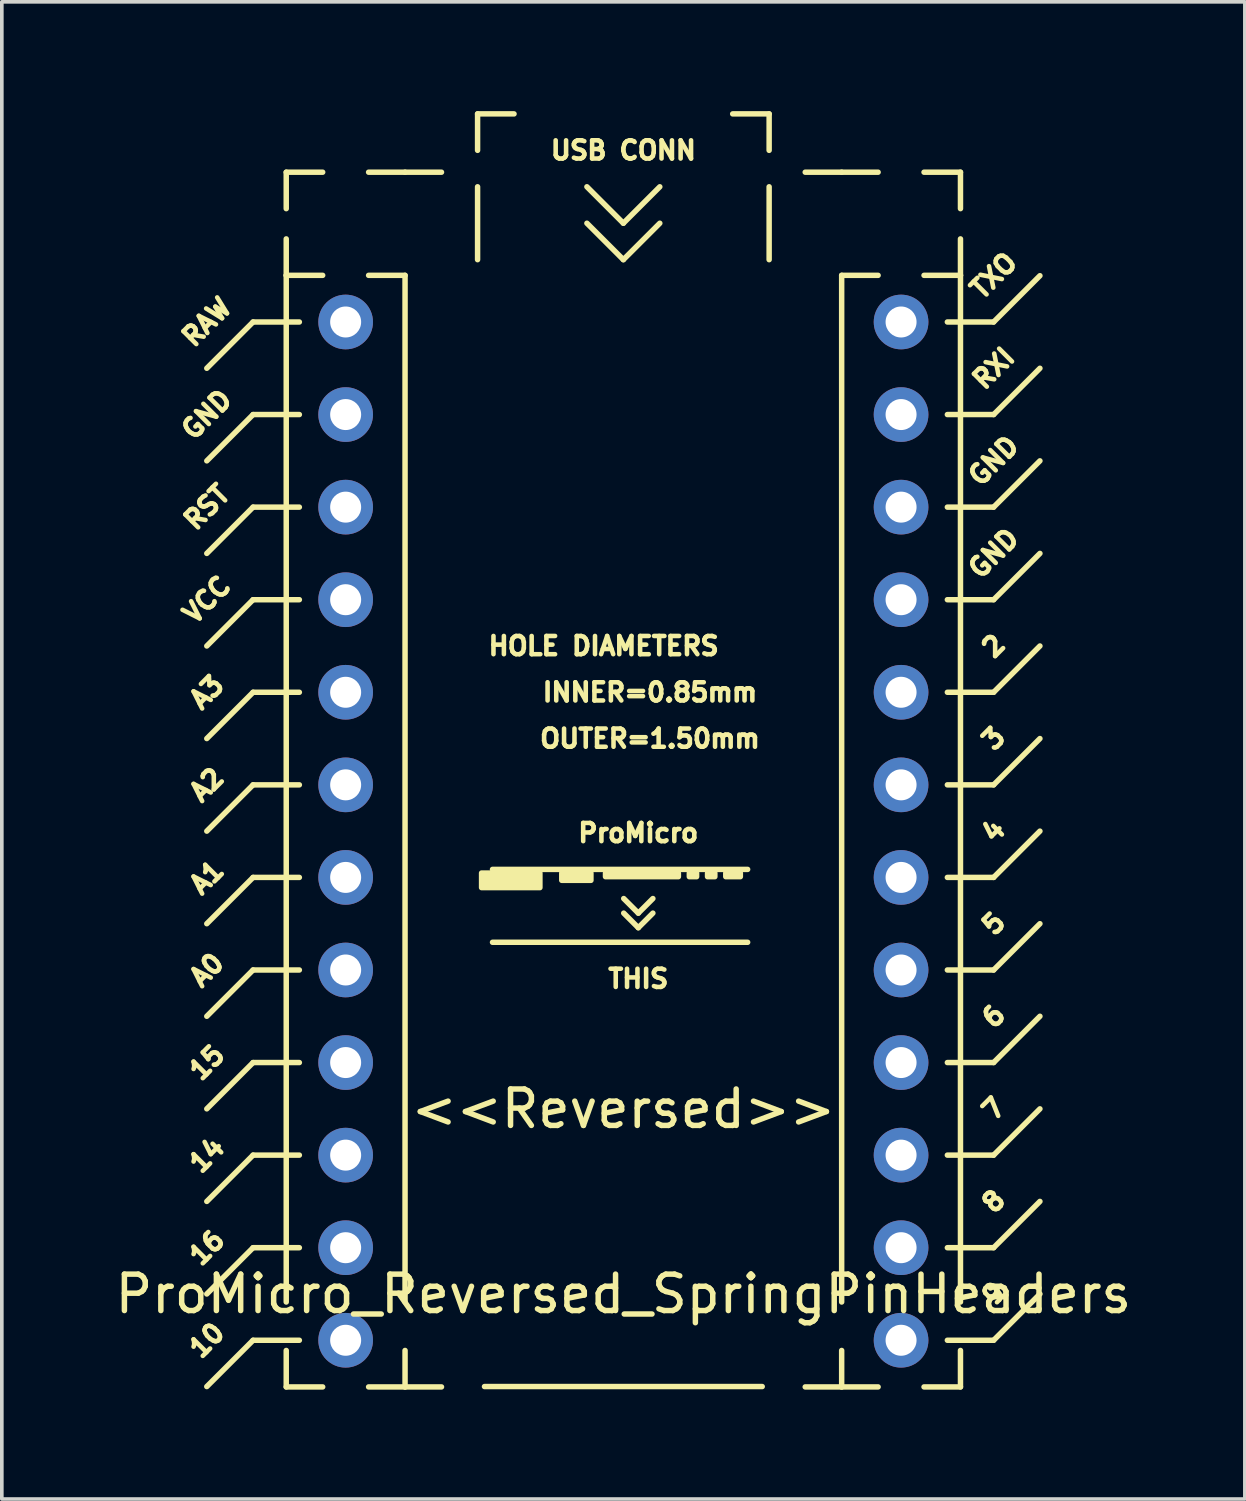
<source format=kicad_pcb>
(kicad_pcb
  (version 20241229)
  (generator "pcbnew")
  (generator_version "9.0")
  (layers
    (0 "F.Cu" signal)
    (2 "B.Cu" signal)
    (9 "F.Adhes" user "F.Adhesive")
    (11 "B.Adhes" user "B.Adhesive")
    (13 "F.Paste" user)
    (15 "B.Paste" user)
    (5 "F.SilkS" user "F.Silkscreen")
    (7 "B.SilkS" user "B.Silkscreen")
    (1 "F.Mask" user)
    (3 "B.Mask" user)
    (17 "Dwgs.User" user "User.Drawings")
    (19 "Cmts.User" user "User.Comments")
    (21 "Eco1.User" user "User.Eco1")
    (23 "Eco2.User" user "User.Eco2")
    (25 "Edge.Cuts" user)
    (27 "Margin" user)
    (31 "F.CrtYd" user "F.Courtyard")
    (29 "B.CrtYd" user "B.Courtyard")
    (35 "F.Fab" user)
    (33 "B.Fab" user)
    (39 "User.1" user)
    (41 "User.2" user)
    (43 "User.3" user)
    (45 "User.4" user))
  (footprint "ProMicro_Reversed_SpringPinHeaders"
    (layer "F.Cu")
    (at 6.434 5.785)
    (property "Reference" "ProMicro_Reversed_SpringPinHeaders" (at 7.62 26.67 0) (layer "F.SilkS") (effects (font (size 1 1) (thickness 0.15))))
    (attr through_hole)
    (fp_line (start -2.54 0) (end -3.81 1.27) (stroke (width 0.15) (type solid)) (layer "F.SilkS"))
    (fp_line (start -2.54 2.54) (end -3.81 3.81) (stroke (width 0.15) (type solid)) (layer "F.SilkS"))
    (fp_line (start -2.54 5.08) (end -3.81 6.35) (stroke (width 0.15) (type solid)) (layer "F.SilkS"))
    (fp_line (start -2.54 7.62) (end -3.81 8.89) (stroke (width 0.15) (type solid)) (layer "F.SilkS"))
    (fp_line (start -2.54 10.16) (end -3.81 11.43) (stroke (width 0.15) (type solid)) (layer "F.SilkS"))
    (fp_line (start -2.54 12.7) (end -3.81 13.97) (stroke (width 0.15) (type solid)) (layer "F.SilkS"))
    (fp_line (start -2.54 15.24) (end -3.81 16.51) (stroke (width 0.15) (type solid)) (layer "F.SilkS"))
    (fp_line (start -2.54 17.78) (end -3.81 19.05) (stroke (width 0.15) (type solid)) (layer "F.SilkS"))
    (fp_line (start -2.54 20.32) (end -3.81 21.59) (stroke (width 0.15) (type solid)) (layer "F.SilkS"))
    (fp_line (start -2.54 22.86) (end -3.81 24.13) (stroke (width 0.15) (type solid)) (layer "F.SilkS"))
    (fp_line (start -2.54 25.4) (end -3.81 26.67) (stroke (width 0.15) (type solid)) (layer "F.SilkS"))
    (fp_line (start -2.54 27.94) (end -3.81 29.21) (stroke (width 0.15) (type solid)) (layer "F.SilkS"))
    (fp_line (start -1.63 -4.11) (end -1.63 -3.11) (stroke (width 0.15) (type solid)) (layer "F.SilkS"))
    (fp_line (start -1.63 -1.28) (end -1.63 -2.28) (stroke (width 0.15) (type solid)) (layer "F.SilkS"))
    (fp_line (start -1.63 -1.28) (end -1.63 26.89) (stroke (width 0.15) (type solid)) (layer "F.SilkS"))
    (fp_line (start -1.63 -1.28) (end -0.63 -1.28) (stroke (width 0.15) (type solid)) (layer "F.SilkS"))
    (fp_line (start -1.63 28.22) (end -1.63 29.22) (stroke (width 0.15) (type solid)) (layer "F.SilkS"))
    (fp_line (start -1.63 29.22) (end -0.63 29.22) (stroke (width 0.15) (type solid)) (layer "F.SilkS"))
    (fp_line (start -1.27 0) (end -2.54 0) (stroke (width 0.15) (type solid)) (layer "F.SilkS"))
    (fp_line (start -1.27 2.54) (end -2.54 2.54) (stroke (width 0.15) (type solid)) (layer "F.SilkS"))
    (fp_line (start -1.27 5.08) (end -2.54 5.08) (stroke (width 0.15) (type solid)) (layer "F.SilkS"))
    (fp_line (start -1.27 7.62) (end -2.54 7.62) (stroke (width 0.15) (type solid)) (layer "F.SilkS"))
    (fp_line (start -1.27 10.16) (end -2.54 10.16) (stroke (width 0.15) (type solid)) (layer "F.SilkS"))
    (fp_line (start -1.27 12.7) (end -2.54 12.7) (stroke (width 0.15) (type solid)) (layer "F.SilkS"))
    (fp_line (start -1.27 15.24) (end -2.54 15.24) (stroke (width 0.15) (type solid)) (layer "F.SilkS"))
    (fp_line (start -1.27 17.78) (end -2.54 17.78) (stroke (width 0.15) (type solid)) (layer "F.SilkS"))
    (fp_line (start -1.27 20.32) (end -2.54 20.32) (stroke (width 0.15) (type solid)) (layer "F.SilkS"))
    (fp_line (start -1.27 22.86) (end -2.54 22.86) (stroke (width 0.15) (type solid)) (layer "F.SilkS"))
    (fp_line (start -1.27 25.4) (end -2.54 25.4) (stroke (width 0.15) (type solid)) (layer "F.SilkS"))
    (fp_line (start -1.27 27.94) (end -2.54 27.94) (stroke (width 0.15) (type solid)) (layer "F.SilkS"))
    (fp_line (start -0.63 -4.11) (end -1.63 -4.11) (stroke (width 0.15) (type solid)) (layer "F.SilkS"))
    (fp_line (start 1.63 -4.11) (end 0.63 -4.11) (stroke (width 0.15) (type solid)) (layer "F.SilkS"))
    (fp_line (start 1.63 -4.11) (end 2.63 -4.11) (stroke (width 0.15) (type solid)) (layer "F.SilkS"))
    (fp_line (start 1.63 -1.28) (end 0.63 -1.28) (stroke (width 0.15) (type solid)) (layer "F.SilkS"))
    (fp_line (start 1.63 -1.28) (end 1.63 26.89) (stroke (width 0.15) (type solid)) (layer "F.SilkS"))
    (fp_line (start 1.63 28.22) (end 1.63 29.22) (stroke (width 0.15) (type solid)) (layer "F.SilkS"))
    (fp_line (start 1.63 29.22) (end 0.63 29.22) (stroke (width 0.15) (type solid)) (layer "F.SilkS"))
    (fp_line (start 1.63 29.22) (end 2.63 29.22) (stroke (width 0.15) (type solid)) (layer "F.SilkS"))
    (fp_line (start 3.62 -5.71) (end 4.62 -5.71) (stroke (width 0.15) (type solid)) (layer "F.SilkS"))
    (fp_line (start 3.62 -4.71) (end 3.62 -5.71) (stroke (width 0.15) (type solid)) (layer "F.SilkS"))
    (fp_line (start 3.62 -3.71) (end 3.62 -1.71) (stroke (width 0.15) (type solid)) (layer "F.SilkS"))
    (fp_line (start 3.81 29.21) (end 11.43 29.21) (stroke (width 0.15) (type solid)) (layer "F.SilkS"))
    (fp_line (start 4.03 15.02) (end 11.03 15.02) (stroke (width 0.15) (type solid)) (layer "F.SilkS"))
    (fp_line (start 4.03 17.02) (end 11.03 17.02) (stroke (width 0.15) (type solid)) (layer "F.SilkS"))
    (fp_line (start 6.62 -3.71) (end 7.62 -2.71) (stroke (width 0.15) (type solid)) (layer "F.SilkS"))
    (fp_line (start 6.62 -2.71) (end 7.62 -1.71) (stroke (width 0.15) (type solid)) (layer "F.SilkS"))
    (fp_line (start 7.62 -2.71) (end 8.62 -3.71) (stroke (width 0.15) (type solid)) (layer "F.SilkS"))
    (fp_line (start 7.62 -1.71) (end 8.62 -2.71) (stroke (width 0.15) (type solid)) (layer "F.SilkS"))
    (fp_line (start 7.63 15.82) (end 8.03 16.22) (stroke (width 0.15) (type solid)) (layer "F.SilkS"))
    (fp_line (start 7.63 16.22) (end 8.03 16.62) (stroke (width 0.15) (type solid)) (layer "F.SilkS"))
    (fp_line (start 8.03 16.22) (end 8.43 15.82) (stroke (width 0.15) (type solid)) (layer "F.SilkS"))
    (fp_line (start 8.03 16.62) (end 8.43 16.22) (stroke (width 0.15) (type solid)) (layer "F.SilkS"))
    (fp_line (start 10.62 -5.71) (end 11.62 -5.71) (stroke (width 0.15) (type solid)) (layer "F.SilkS"))
    (fp_line (start 11.62 -5.71) (end 11.62 -4.71) (stroke (width 0.15) (type solid)) (layer "F.SilkS"))
    (fp_line (start 11.62 -3.71) (end 11.62 -1.71) (stroke (width 0.15) (type solid)) (layer "F.SilkS"))
    (fp_line (start 12.61 -4.11) (end 13.61 -4.11) (stroke (width 0.15) (type solid)) (layer "F.SilkS"))
    (fp_line (start 13.61 -1.28) (end 13.61 26.89) (stroke (width 0.15) (type solid)) (layer "F.SilkS"))
    (fp_line (start 13.61 -1.28) (end 14.61 -1.28) (stroke (width 0.15) (type solid)) (layer "F.SilkS"))
    (fp_line (start 13.61 29.22) (end 12.61 29.22) (stroke (width 0.15) (type solid)) (layer "F.SilkS"))
    (fp_line (start 13.61 29.22) (end 13.61 28.22) (stroke (width 0.15) (type solid)) (layer "F.SilkS"))
    (fp_line (start 13.61 29.22) (end 14.61 29.22) (stroke (width 0.15) (type solid)) (layer "F.SilkS"))
    (fp_line (start 14.61 -4.11) (end 13.61 -4.11) (stroke (width 0.15) (type solid)) (layer "F.SilkS"))
    (fp_line (start 15.87 29.22) (end 16.87 29.22) (stroke (width 0.15) (type solid)) (layer "F.SilkS"))
    (fp_line (start 16.51 0) (end 17.78 0) (stroke (width 0.15) (type solid)) (layer "F.SilkS"))
    (fp_line (start 16.51 2.54) (end 17.78 2.54) (stroke (width 0.15) (type solid)) (layer "F.SilkS"))
    (fp_line (start 16.51 5.08) (end 17.78 5.08) (stroke (width 0.15) (type solid)) (layer "F.SilkS"))
    (fp_line (start 16.51 7.62) (end 17.78 7.62) (stroke (width 0.15) (type solid)) (layer "F.SilkS"))
    (fp_line (start 16.51 10.16) (end 17.78 10.16) (stroke (width 0.15) (type solid)) (layer "F.SilkS"))
    (fp_line (start 16.51 12.7) (end 17.78 12.7) (stroke (width 0.15) (type solid)) (layer "F.SilkS"))
    (fp_line (start 16.51 15.24) (end 17.78 15.24) (stroke (width 0.15) (type solid)) (layer "F.SilkS"))
    (fp_line (start 16.51 17.78) (end 17.78 17.78) (stroke (width 0.15) (type solid)) (layer "F.SilkS"))
    (fp_line (start 16.51 20.32) (end 17.78 20.32) (stroke (width 0.15) (type solid)) (layer "F.SilkS"))
    (fp_line (start 16.51 22.86) (end 17.78 22.86) (stroke (width 0.15) (type solid)) (layer "F.SilkS"))
    (fp_line (start 16.51 25.4) (end 17.78 25.4) (stroke (width 0.15) (type solid)) (layer "F.SilkS"))
    (fp_line (start 16.51 27.94) (end 17.78 27.94) (stroke (width 0.15) (type solid)) (layer "F.SilkS"))
    (fp_line (start 16.87 -4.11) (end 15.87 -4.11) (stroke (width 0.15) (type solid)) (layer "F.SilkS"))
    (fp_line (start 16.87 -4.11) (end 16.87 -3.11) (stroke (width 0.15) (type solid)) (layer "F.SilkS"))
    (fp_line (start 16.87 -1.28) (end 15.87 -1.28) (stroke (width 0.15) (type solid)) (layer "F.SilkS"))
    (fp_line (start 16.87 -1.28) (end 16.87 -2.28) (stroke (width 0.15) (type solid)) (layer "F.SilkS"))
    (fp_line (start 16.87 -1.28) (end 16.87 26.89) (stroke (width 0.15) (type solid)) (layer "F.SilkS"))
    (fp_line (start 16.87 29.22) (end 16.87 28.22) (stroke (width 0.15) (type solid)) (layer "F.SilkS"))
    (fp_line (start 17.78 0) (end 19.05 -1.27) (stroke (width 0.15) (type solid)) (layer "F.SilkS"))
    (fp_line (start 17.78 2.54) (end 19.05 1.27) (stroke (width 0.15) (type solid)) (layer "F.SilkS"))
    (fp_line (start 17.78 5.08) (end 19.05 3.81) (stroke (width 0.15) (type solid)) (layer "F.SilkS"))
    (fp_line (start 17.78 7.62) (end 19.05 6.35) (stroke (width 0.15) (type solid)) (layer "F.SilkS"))
    (fp_line (start 17.78 10.16) (end 19.05 8.89) (stroke (width 0.15) (type solid)) (layer "F.SilkS"))
    (fp_line (start 17.78 12.7) (end 19.05 11.43) (stroke (width 0.15) (type solid)) (layer "F.SilkS"))
    (fp_line (start 17.78 15.24) (end 19.05 13.97) (stroke (width 0.15) (type solid)) (layer "F.SilkS"))
    (fp_line (start 17.78 17.78) (end 19.05 16.51) (stroke (width 0.15) (type solid)) (layer "F.SilkS"))
    (fp_line (start 17.78 20.32) (end 19.05 19.05) (stroke (width 0.15) (type solid)) (layer "F.SilkS"))
    (fp_line (start 17.78 22.86) (end 19.05 21.59) (stroke (width 0.15) (type solid)) (layer "F.SilkS"))
    (fp_line (start 17.78 25.4) (end 19.05 24.13) (stroke (width 0.15) (type solid)) (layer "F.SilkS"))
    (fp_line (start 17.78 27.94) (end 19.05 26.67) (stroke (width 0.15) (type solid)) (layer "F.SilkS"))
    (fp_poly (pts (xy 3.73 15.12) (xy 5.33 15.12) (xy 5.33 15.52) (xy 3.73 15.52)) (stroke (width 0.15) (type solid)) (fill yes) (layer "F.SilkS"))
    (fp_poly (pts (xy 5.93 15.12) (xy 5.93 15.32) (xy 6.73 15.32) (xy 6.73 15.12)) (stroke (width 0.15) (type solid)) (fill yes) (layer "F.SilkS"))
    (fp_poly (pts (xy 7.13 15.12) (xy 9.13 15.12) (xy 9.13 15.22) (xy 7.13 15.22)) (stroke (width 0.15) (type solid)) (fill yes) (layer "F.SilkS"))
    (fp_poly (pts (xy 9.43 15.12) (xy 9.63 15.12) (xy 9.63 15.22) (xy 9.43 15.22)) (stroke (width 0.15) (type solid)) (fill yes) (layer "F.SilkS"))
    (fp_poly (pts (xy 9.93 15.12) (xy 10.13 15.12) (xy 10.13 15.22) (xy 9.93 15.22)) (stroke (width 0.15) (type solid)) (fill yes) (layer "F.SilkS"))
    (fp_poly (pts (xy 10.43 15.12) (xy 10.43 15.22) (xy 10.83 15.22) (xy 10.83 15.12)) (stroke (width 0.15) (type solid)) (fill yes) (layer "F.SilkS"))
    (fp_text user "GND" (at -3.81 2.54 45) (layer "F.SilkS") (effects (font (size 0.5 0.5) (thickness 0.125))))
    (fp_text user "2" (at 17.78 8.89 45) (layer "F.SilkS") (effects (font (size 0.5 0.5) (thickness 0.125))))
    (fp_text user "3" (at 17.78 11.43 45) (layer "F.SilkS") (effects (font (size 0.5 0.5) (thickness 0.125))))
    (fp_text user "TXO" (at 17.78 -1.27 45) (layer "F.SilkS") (effects (font (size 0.5 0.5) (thickness 0.125))))
    (fp_text user "GND" (at 17.78 6.35 45) (layer "F.SilkS") (effects (font (size 0.5 0.5) (thickness 0.125))))
    (fp_text user "USB CONN" (at 7.62 -4.71 0) (layer "F.SilkS") (effects (font (size 0.5 0.5) (thickness 0.125))))
    (fp_text user "9" (at 17.78 26.67 45) (layer "F.SilkS") (effects (font (size 0.5 0.5) (thickness 0.125))))
    (fp_text user "RXI" (at 17.78 1.27 45) (layer "F.SilkS") (effects (font (size 0.5 0.5) (thickness 0.125))))
    (fp_text user "GND" (at 17.78 3.81 45) (layer "F.SilkS") (effects (font (size 0.5 0.5) (thickness 0.125))))
    (fp_text user "15" (at -3.81 20.32 45) (layer "F.SilkS") (effects (font (size 0.5 0.5) (thickness 0.125))))
    (fp_text user "INNER=0.85mm" (at 8.35 10.16 0) (layer "F.SilkS") (effects (font (size 0.5 0.5) (thickness 0.125))))
    (fp_text user "14" (at -3.81 22.86 45) (layer "F.SilkS") (effects (font (size 0.5 0.5) (thickness 0.125))))
    (fp_text user "A1" (at -3.81 15.24 45) (layer "F.SilkS") (effects (font (size 0.5 0.5) (thickness 0.125))))
    (fp_text user "VCC" (at -3.81 7.62 45) (layer "F.SilkS") (effects (font (size 0.5 0.5) (thickness 0.125))))
    (fp_text user "RST" (at -3.81 5.08 45) (layer "F.SilkS") (effects (font (size 0.5 0.5) (thickness 0.125))))
    (fp_text user "OUTER=1.50mm" (at 8.35 11.43 0) (layer "F.SilkS") (effects (font (size 0.5 0.5) (thickness 0.125))))
    (fp_text user "<<Reversed>>" (at 7.62 21.59 0) (layer "F.SilkS") (effects (font (size 1 1) (thickness 0.15))))
    (fp_text user "A2" (at -3.81 12.7 45) (layer "F.SilkS") (effects (font (size 0.5 0.5) (thickness 0.125))))
    (fp_text user "8" (at 17.78 24.13 45) (layer "F.SilkS") (effects (font (size 0.5 0.5) (thickness 0.125))))
    (fp_text user "HOLE DIAMETERS" (at 7.08 8.89 0) (layer "F.SilkS") (effects (font (size 0.5 0.5) (thickness 0.125))))
    (fp_text user "4" (at 17.78 13.97 45) (layer "F.SilkS") (effects (font (size 0.5 0.5) (thickness 0.125))))
    (fp_text user "6" (at 17.78 19.05 45) (layer "F.SilkS") (effects (font (size 0.5 0.5) (thickness 0.125))))
    (fp_text user "ProMicro" (at 8.03 14.02 0) (layer "F.SilkS") (effects (font (size 0.5 0.5) (thickness 0.125))))
    (fp_text user "A0" (at -3.81 17.78 45) (layer "F.SilkS") (effects (font (size 0.5 0.5) (thickness 0.125))))
    (fp_text user "10" (at -3.81 27.94 45) (layer "F.SilkS") (effects (font (size 0.5 0.5) (thickness 0.125))))
    (fp_text user "RAW" (at -3.81 0 45) (layer "F.SilkS") (effects (font (size 0.5 0.5) (thickness 0.125))))
    (fp_text user "A3" (at -3.81 10.16 45) (layer "F.SilkS") (effects (font (size 0.5 0.5) (thickness 0.125))))
    (fp_text user "5" (at 17.78 16.51 45) (layer "F.SilkS") (effects (font (size 0.5 0.5) (thickness 0.125))))
    (fp_text user "7" (at 17.78 21.59 45) (layer "F.SilkS") (effects (font (size 0.5 0.5) (thickness 0.125))))
    (fp_text user "THIS" (at 8.03 18.02 0) (layer "F.SilkS") (effects (font (size 0.5 0.5) (thickness 0.125))))
    (fp_text user "16" (at -3.81 25.4 45) (layer "F.SilkS") (effects (font (size 0.5 0.5) (thickness 0.125))))
    (pad "2" thru_hole circle (at 15.24 10.16) (size 1.5 1.5) (drill 0.85) (layers "*.Cu" "*.Mask"))
    (pad "3" thru_hole circle (at 15.24 12.7) (size 1.5 1.5) (drill 0.85) (layers "*.Cu" "*.Mask"))
    (pad "4" thru_hole circle (at 15.24 15.24) (size 1.5 1.5) (drill 0.85) (layers "*.Cu" "*.Mask"))
    (pad "5" thru_hole circle (at 15.24 17.78) (size 1.5 1.5) (drill 0.85) (layers "*.Cu" "*.Mask"))
    (pad "6" thru_hole circle (at 15.24 20.32) (size 1.5 1.5) (drill 0.85) (layers "*.Cu" "*.Mask"))
    (pad "7" thru_hole circle (at 15.24 22.86) (size 1.5 1.5) (drill 0.85) (layers "*.Cu" "*.Mask"))
    (pad "8" thru_hole circle (at 15.24 25.4) (size 1.5 1.5) (drill 0.85) (layers "*.Cu" "*.Mask"))
    (pad "9" thru_hole circle (at 15.24 27.94) (size 1.5 1.5) (drill 0.85) (layers "*.Cu" "*.Mask"))
    (pad "10" thru_hole circle (at 0 27.94) (size 1.5 1.5) (drill 0.85) (layers "*.Cu" "*.Mask"))
    (pad "14" thru_hole circle (at 0 22.86) (size 1.5 1.5) (drill 0.85) (layers "*.Cu" "*.Mask"))
    (pad "15" thru_hole circle (at 0 20.32) (size 1.5 1.5) (drill 0.85) (layers "*.Cu" "*.Mask"))
    (pad "16" thru_hole circle (at 0 25.4) (size 1.5 1.5) (drill 0.85) (layers "*.Cu" "*.Mask"))
    (pad "A0" thru_hole circle (at 0 17.78) (size 1.5 1.5) (drill 0.85) (layers "*.Cu" "*.Mask"))
    (pad "A1" thru_hole circle (at 0 15.24) (size 1.5 1.5) (drill 0.85) (layers "*.Cu" "*.Mask"))
    (pad "A2" thru_hole circle (at 0 12.7) (size 1.5 1.5) (drill 0.85) (layers "*.Cu" "*.Mask"))
    (pad "A3" thru_hole circle (at 0 10.16) (size 1.5 1.5) (drill 0.85) (layers "*.Cu" "*.Mask"))
    (pad "GND0" thru_hole circle (at 0 2.54) (size 1.5 1.5) (drill 0.85) (layers "*.Cu" "*.Mask"))
    (pad "GND1" thru_hole circle (at 15.24 5.08) (size 1.5 1.5) (drill 0.85) (layers "*.Cu" "*.Mask"))
    (pad "GND2" thru_hole circle (at 15.24 7.62) (size 1.5 1.5) (drill 0.85) (layers "*.Cu" "*.Mask"))
    (pad "RAW" thru_hole circle (at 0 0) (size 1.5 1.5) (drill 0.85) (layers "*.Cu" "*.Mask"))
    (pad "RST" thru_hole circle (at 0 5.08) (size 1.5 1.5) (drill 0.85) (layers "*.Cu" "*.Mask"))
    (pad "RXI" thru_hole circle (at 15.24 2.54) (size 1.5 1.5) (drill 0.85) (layers "*.Cu" "*.Mask"))
    (pad "TXO" thru_hole circle (at 15.24 0 90) (size 1.5 1.5) (drill 0.85) (layers "*.Cu" "*.Mask"))
    (pad "VCC" thru_hole circle (at 0 7.62) (size 1.5 1.5) (drill 0.85) (layers "*.Cu" "*.Mask")))
  (gr_rect
    (start -3 -3)
    (end 31.107 38.08)
    (stroke (width 0.1) (type default))
    (fill no)
    (layer "Edge.Cuts")))
</source>
